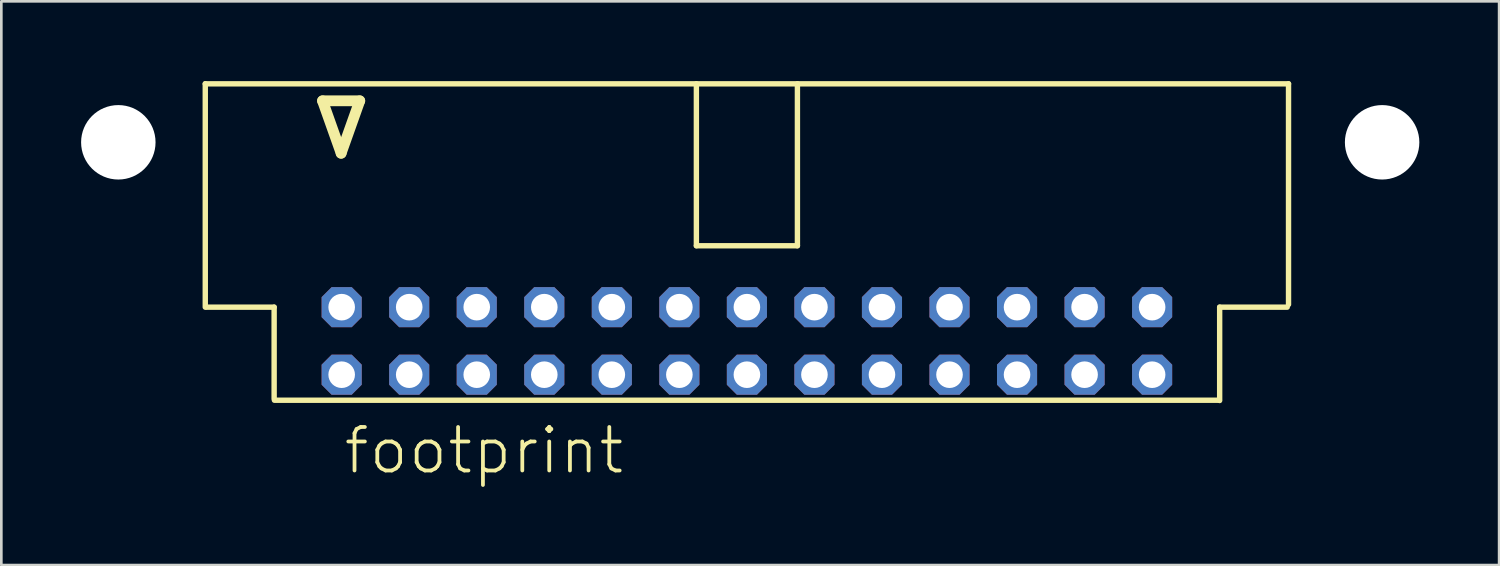
<source format=kicad_pcb>
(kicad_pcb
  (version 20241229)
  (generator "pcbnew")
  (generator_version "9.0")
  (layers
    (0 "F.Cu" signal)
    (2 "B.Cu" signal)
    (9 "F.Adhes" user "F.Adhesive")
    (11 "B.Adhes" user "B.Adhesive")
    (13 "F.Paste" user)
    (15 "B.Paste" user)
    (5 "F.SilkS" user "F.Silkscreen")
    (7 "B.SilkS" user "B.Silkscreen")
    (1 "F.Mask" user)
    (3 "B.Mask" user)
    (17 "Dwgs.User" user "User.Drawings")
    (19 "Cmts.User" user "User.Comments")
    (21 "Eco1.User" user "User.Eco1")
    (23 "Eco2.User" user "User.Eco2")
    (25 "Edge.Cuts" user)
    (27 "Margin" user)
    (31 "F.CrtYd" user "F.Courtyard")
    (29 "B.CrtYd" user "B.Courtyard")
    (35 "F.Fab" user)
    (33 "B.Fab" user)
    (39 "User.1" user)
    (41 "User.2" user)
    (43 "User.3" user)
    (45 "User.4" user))
  (footprint "footprint"
    (layer "F.Cu")
    (at 25.04 5.962)
    (property "Reference" "footprint" (at -15.24 8.89 0) (layer "F.SilkS") (effects (font (size 1.636 1.636) (thickness 0.142)) (justify left bottom)))
    (fp_line (start -20.37 -5.86) (end 20.37 -5.86) (stroke (width 0.203) (type solid)) (layer "F.SilkS"))
    (fp_line (start -20.37 2.54) (end -20.37 -5.86) (stroke (width 0.203) (type solid)) (layer "F.SilkS"))
    (fp_line (start -20.32 2.54) (end -17.78 2.54) (stroke (width 0.203) (type solid)) (layer "F.SilkS"))
    (fp_line (start -17.78 2.54) (end -17.78 5.98) (stroke (width 0.203) (type solid)) (layer "F.SilkS"))
    (fp_line (start -15.96 -5.22) (end -15.26 -3.25) (stroke (width 0.406) (type solid)) (layer "F.SilkS"))
    (fp_line (start -15.26 -3.25) (end -14.56 -5.22) (stroke (width 0.406) (type solid)) (layer "F.SilkS"))
    (fp_line (start -14.56 -5.22) (end -15.96 -5.22) (stroke (width 0.406) (type solid)) (layer "F.SilkS"))
    (fp_line (start -1.9 0.23) (end -1.9 -5.86) (stroke (width 0.203) (type solid)) (layer "F.SilkS"))
    (fp_line (start -1.9 0.23) (end 1.9 0.23) (stroke (width 0.203) (type solid)) (layer "F.SilkS"))
    (fp_line (start 1.9 0.23) (end 1.9 -5.86) (stroke (width 0.203) (type solid)) (layer "F.SilkS"))
    (fp_line (start 17.77 6.04) (end -17.77 6.04) (stroke (width 0.203) (type solid)) (layer "F.SilkS"))
    (fp_line (start 17.78 2.54) (end 17.78 6.05) (stroke (width 0.203) (type solid)) (layer "F.SilkS"))
    (fp_line (start 20.32 2.54) (end 17.78 2.54) (stroke (width 0.203) (type solid)) (layer "F.SilkS"))
    (fp_line (start 20.37 -5.86) (end 20.37 2.44) (stroke (width 0.203) (type solid)) (layer "F.SilkS"))
    (pad "" np_thru_hole circle (at -23.64 -3.66) (size 2.8 2.8) (drill 2.8) (layers "*.Cu" "*.Mask"))
    (pad "" np_thru_hole circle (at 23.89 -3.66) (size 2.8 2.8) (drill 2.8) (layers "*.Cu" "*.Mask"))
    (pad "1" thru_hole roundrect (at -15.24 5.08) (size 1.508 1.508) (drill 1) (layers "*.Cu" "*.Mask") (roundrect_rratio 0.25) (chamfer_ratio 0.25) (chamfer top_left top_right bottom_left bottom_right))
    (pad "2" thru_hole roundrect (at -15.24 2.54) (size 1.508 1.508) (drill 1) (layers "*.Cu" "*.Mask") (roundrect_rratio 0.25) (chamfer_ratio 0.25) (chamfer top_left top_right bottom_left bottom_right))
    (pad "3" thru_hole roundrect (at -12.7 5.08) (size 1.508 1.508) (drill 1) (layers "*.Cu" "*.Mask") (roundrect_rratio 0.25) (chamfer_ratio 0.25) (chamfer top_left top_right bottom_left bottom_right))
    (pad "4" thru_hole roundrect (at -12.7 2.54) (size 1.508 1.508) (drill 1) (layers "*.Cu" "*.Mask") (roundrect_rratio 0.25) (chamfer_ratio 0.25) (chamfer top_left top_right bottom_left bottom_right))
    (pad "5" thru_hole roundrect (at -10.16 5.08) (size 1.508 1.508) (drill 1) (layers "*.Cu" "*.Mask") (roundrect_rratio 0.25) (chamfer_ratio 0.25) (chamfer top_left top_right bottom_left bottom_right))
    (pad "6" thru_hole roundrect (at -10.16 2.54) (size 1.508 1.508) (drill 1) (layers "*.Cu" "*.Mask") (roundrect_rratio 0.25) (chamfer_ratio 0.25) (chamfer top_left top_right bottom_left bottom_right))
    (pad "7" thru_hole roundrect (at -7.62 5.08) (size 1.508 1.508) (drill 1) (layers "*.Cu" "*.Mask") (roundrect_rratio 0.25) (chamfer_ratio 0.25) (chamfer top_left top_right bottom_left bottom_right))
    (pad "8" thru_hole roundrect (at -7.62 2.54) (size 1.508 1.508) (drill 1) (layers "*.Cu" "*.Mask") (roundrect_rratio 0.25) (chamfer_ratio 0.25) (chamfer top_left top_right bottom_left bottom_right))
    (pad "9" thru_hole roundrect (at -5.08 5.08) (size 1.508 1.508) (drill 1) (layers "*.Cu" "*.Mask") (roundrect_rratio 0.25) (chamfer_ratio 0.25) (chamfer top_left top_right bottom_left bottom_right))
    (pad "10" thru_hole roundrect (at -5.08 2.54) (size 1.508 1.508) (drill 1) (layers "*.Cu" "*.Mask") (roundrect_rratio 0.25) (chamfer_ratio 0.25) (chamfer top_left top_right bottom_left bottom_right))
    (pad "11" thru_hole roundrect (at -2.54 5.08) (size 1.508 1.508) (drill 1) (layers "*.Cu" "*.Mask") (roundrect_rratio 0.25) (chamfer_ratio 0.25) (chamfer top_left top_right bottom_left bottom_right))
    (pad "12" thru_hole roundrect (at -2.54 2.54) (size 1.508 1.508) (drill 1) (layers "*.Cu" "*.Mask") (roundrect_rratio 0.25) (chamfer_ratio 0.25) (chamfer top_left top_right bottom_left bottom_right))
    (pad "13" thru_hole roundrect (at 0 5.08) (size 1.508 1.508) (drill 1) (layers "*.Cu" "*.Mask") (roundrect_rratio 0.25) (chamfer_ratio 0.25) (chamfer top_left top_right bottom_left bottom_right))
    (pad "14" thru_hole roundrect (at 0 2.54) (size 1.508 1.508) (drill 1) (layers "*.Cu" "*.Mask") (roundrect_rratio 0.25) (chamfer_ratio 0.25) (chamfer top_left top_right bottom_left bottom_right))
    (pad "15" thru_hole roundrect (at 2.54 5.08) (size 1.508 1.508) (drill 1) (layers "*.Cu" "*.Mask") (roundrect_rratio 0.25) (chamfer_ratio 0.25) (chamfer top_left top_right bottom_left bottom_right))
    (pad "16" thru_hole roundrect (at 2.54 2.54) (size 1.508 1.508) (drill 1) (layers "*.Cu" "*.Mask") (roundrect_rratio 0.25) (chamfer_ratio 0.25) (chamfer top_left top_right bottom_left bottom_right))
    (pad "17" thru_hole roundrect (at 5.08 5.08) (size 1.508 1.508) (drill 1) (layers "*.Cu" "*.Mask") (roundrect_rratio 0.25) (chamfer_ratio 0.25) (chamfer top_left top_right bottom_left bottom_right))
    (pad "18" thru_hole roundrect (at 5.08 2.54) (size 1.508 1.508) (drill 1) (layers "*.Cu" "*.Mask") (roundrect_rratio 0.25) (chamfer_ratio 0.25) (chamfer top_left top_right bottom_left bottom_right))
    (pad "19" thru_hole roundrect (at 7.62 5.08) (size 1.508 1.508) (drill 1) (layers "*.Cu" "*.Mask") (roundrect_rratio 0.25) (chamfer_ratio 0.25) (chamfer top_left top_right bottom_left bottom_right))
    (pad "20" thru_hole roundrect (at 7.62 2.54) (size 1.508 1.508) (drill 1) (layers "*.Cu" "*.Mask") (roundrect_rratio 0.25) (chamfer_ratio 0.25) (chamfer top_left top_right bottom_left bottom_right))
    (pad "21" thru_hole roundrect (at 10.16 5.08) (size 1.508 1.508) (drill 1) (layers "*.Cu" "*.Mask") (roundrect_rratio 0.25) (chamfer_ratio 0.25) (chamfer top_left top_right bottom_left bottom_right))
    (pad "22" thru_hole roundrect (at 10.16 2.54) (size 1.508 1.508) (drill 1) (layers "*.Cu" "*.Mask") (roundrect_rratio 0.25) (chamfer_ratio 0.25) (chamfer top_left top_right bottom_left bottom_right))
    (pad "23" thru_hole roundrect (at 12.7 5.08) (size 1.508 1.508) (drill 1) (layers "*.Cu" "*.Mask") (roundrect_rratio 0.25) (chamfer_ratio 0.25) (chamfer top_left top_right bottom_left bottom_right))
    (pad "24" thru_hole roundrect (at 12.7 2.54) (size 1.508 1.508) (drill 1) (layers "*.Cu" "*.Mask") (roundrect_rratio 0.25) (chamfer_ratio 0.25) (chamfer top_left top_right bottom_left bottom_right))
    (pad "25" thru_hole roundrect (at 15.24 5.08) (size 1.508 1.508) (drill 1) (layers "*.Cu" "*.Mask") (roundrect_rratio 0.25) (chamfer_ratio 0.25) (chamfer top_left top_right bottom_left bottom_right))
    (pad "26" thru_hole roundrect (at 15.24 2.54) (size 1.508 1.508) (drill 1) (layers "*.Cu" "*.Mask") (roundrect_rratio 0.25) (chamfer_ratio 0.25) (chamfer top_left top_right bottom_left bottom_right)))
  (gr_rect
    (start -3 -3)
    (end 53.33 18.202)
    (stroke (width 0.1) (type default))
    (fill no)
    (layer "Edge.Cuts")))
</source>
